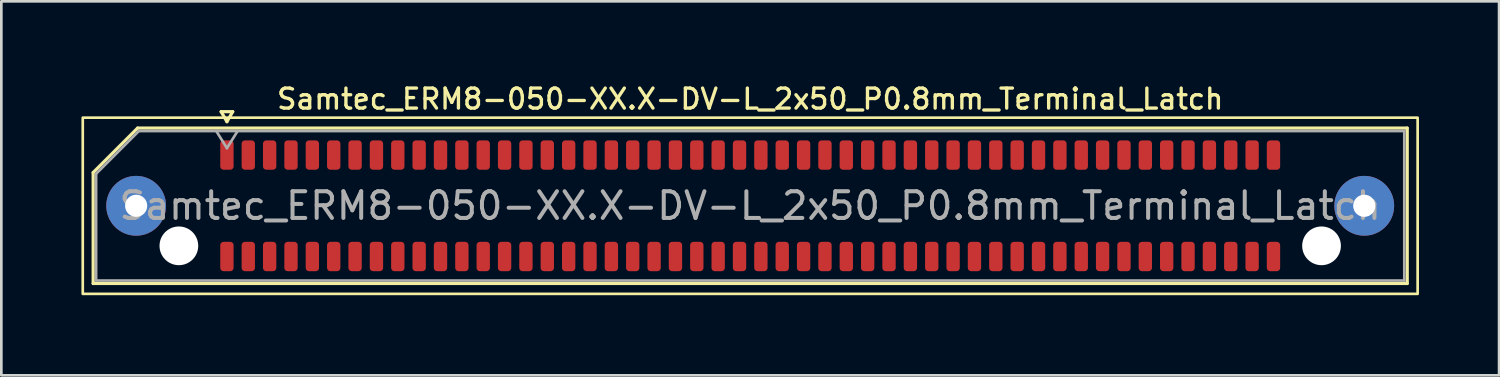
<source format=kicad_pcb>
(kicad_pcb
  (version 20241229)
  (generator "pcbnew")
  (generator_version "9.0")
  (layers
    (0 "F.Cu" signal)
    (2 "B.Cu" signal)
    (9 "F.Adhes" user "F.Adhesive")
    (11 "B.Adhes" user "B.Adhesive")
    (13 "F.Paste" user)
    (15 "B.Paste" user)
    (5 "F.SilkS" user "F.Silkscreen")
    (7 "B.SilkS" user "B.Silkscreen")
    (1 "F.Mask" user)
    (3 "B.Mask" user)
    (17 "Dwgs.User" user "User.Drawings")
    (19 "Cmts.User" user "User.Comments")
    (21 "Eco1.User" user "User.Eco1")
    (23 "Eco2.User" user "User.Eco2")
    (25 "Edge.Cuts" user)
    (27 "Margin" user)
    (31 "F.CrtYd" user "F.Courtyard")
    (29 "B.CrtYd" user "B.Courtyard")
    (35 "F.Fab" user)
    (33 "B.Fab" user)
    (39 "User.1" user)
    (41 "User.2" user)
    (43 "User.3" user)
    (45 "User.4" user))
  (footprint "Samtec_ERM8-050-XX.X-DV-L_2x50_P0.8mm_Terminal_Latch"
    (layer "F.Cu")
    (at 25.05 4.658)
    (property "Reference" "Samtec_ERM8-050-XX.X-DV-L_2x50_P0.8mm_Terminal_Latch" (at 0 -4 0) (layer "F.SilkS") (effects (font (size 0.75 0.75) (thickness 0.125))))
    (attr smd)
    (fp_line (start -24.61 -1.246) (end -22.946 -2.91) (stroke (width 0.12) (type solid)) (layer "F.SilkS"))
    (fp_line (start -24.61 2.91) (end -24.61 -1.246) (stroke (width 0.12) (type solid)) (layer "F.SilkS"))
    (fp_line (start -22.946 -2.91) (end 24.61 -2.91) (stroke (width 0.12) (type solid)) (layer "F.SilkS"))
    (fp_line (start -19.817 -3.525) (end -19.6 -3.15) (stroke (width 0.12) (type solid)) (layer "F.SilkS"))
    (fp_line (start -19.6 -3.15) (end -19.383 -3.525) (stroke (width 0.12) (type solid)) (layer "F.SilkS"))
    (fp_line (start -19.383 -3.525) (end -19.817 -3.525) (stroke (width 0.12) (type solid)) (layer "F.SilkS"))
    (fp_line (start 24.61 -2.91) (end 24.61 2.91) (stroke (width 0.12) (type solid)) (layer "F.SilkS"))
    (fp_line (start 24.61 2.91) (end -24.61 2.91) (stroke (width 0.12) (type solid)) (layer "F.SilkS"))
    (fp_rect (start -25 -3.3) (end 25 3.3) (stroke (width 0.1) (type solid)) (fill no) (layer "F.SilkS"))
    (fp_line (start -24.5 -1.2) (end -22.9 -2.8) (stroke (width 0.1) (type solid)) (layer "F.Fab"))
    (fp_line (start -24.5 2.8) (end -24.5 -1.2) (stroke (width 0.1) (type solid)) (layer "F.Fab"))
    (fp_line (start -22.9 -2.8) (end 24.5 -2.8) (stroke (width 0.1) (type solid)) (layer "F.Fab"))
    (fp_line (start -20 -2.8) (end -19.6 -2.16) (stroke (width 0.1) (type solid)) (layer "F.Fab"))
    (fp_line (start -19.6 -2.16) (end -19.2 -2.8) (stroke (width 0.1) (type solid)) (layer "F.Fab"))
    (fp_line (start 24.5 -2.8) (end 24.5 2.8) (stroke (width 0.1) (type solid)) (layer "F.Fab"))
    (fp_line (start 24.5 2.8) (end -24.5 2.8) (stroke (width 0.1) (type solid)) (layer "F.Fab"))
    (fp_text user "${REFERENCE}" (at 0 0 0) (layer "F.Fab") (effects (font (size 1 1) (thickness 0.15))))
    (pad "" thru_hole circle (at -23 0) (size 2.24 2.24) (drill 0.83) (layers "*.Cu" "*.Mask" "F.Paste"))
    (pad "" np_thru_hole circle (at -21.4 1.5) (size 1.45 1.45) (drill 1.45) (layers "*.Cu" "*.Mask"))
    (pad "" np_thru_hole circle (at 21.4 1.5) (size 1.45 1.45) (drill 1.45) (layers "*.Cu" "*.Mask"))
    (pad "" thru_hole circle (at 23 0) (size 2.24 2.24) (drill 0.83) (layers "*.Cu" "*.Mask" "F.Paste"))
    (pad "1" smd roundrect (at -19.6 -1.9) (size 0.5 1.1) (layers "F.Cu" "F.Mask" "F.Paste") (roundrect_rratio 0.25))
    (pad "2" smd roundrect (at -19.6 1.9) (size 0.5 1.1) (layers "F.Cu" "F.Mask" "F.Paste") (roundrect_rratio 0.25))
    (pad "3" smd roundrect (at -18.8 -1.9) (size 0.5 1.1) (layers "F.Cu" "F.Mask" "F.Paste") (roundrect_rratio 0.25))
    (pad "4" smd roundrect (at -18.8 1.9) (size 0.5 1.1) (layers "F.Cu" "F.Mask" "F.Paste") (roundrect_rratio 0.25))
    (pad "5" smd roundrect (at -18 -1.9) (size 0.5 1.1) (layers "F.Cu" "F.Mask" "F.Paste") (roundrect_rratio 0.25))
    (pad "6" smd roundrect (at -18 1.9) (size 0.5 1.1) (layers "F.Cu" "F.Mask" "F.Paste") (roundrect_rratio 0.25))
    (pad "7" smd roundrect (at -17.2 -1.9) (size 0.5 1.1) (layers "F.Cu" "F.Mask" "F.Paste") (roundrect_rratio 0.25))
    (pad "8" smd roundrect (at -17.2 1.9) (size 0.5 1.1) (layers "F.Cu" "F.Mask" "F.Paste") (roundrect_rratio 0.25))
    (pad "9" smd roundrect (at -16.4 -1.9) (size 0.5 1.1) (layers "F.Cu" "F.Mask" "F.Paste") (roundrect_rratio 0.25))
    (pad "10" smd roundrect (at -16.4 1.9) (size 0.5 1.1) (layers "F.Cu" "F.Mask" "F.Paste") (roundrect_rratio 0.25))
    (pad "11" smd roundrect (at -15.6 -1.9) (size 0.5 1.1) (layers "F.Cu" "F.Mask" "F.Paste") (roundrect_rratio 0.25))
    (pad "12" smd roundrect (at -15.6 1.9) (size 0.5 1.1) (layers "F.Cu" "F.Mask" "F.Paste") (roundrect_rratio 0.25))
    (pad "13" smd roundrect (at -14.8 -1.9) (size 0.5 1.1) (layers "F.Cu" "F.Mask" "F.Paste") (roundrect_rratio 0.25))
    (pad "14" smd roundrect (at -14.8 1.9) (size 0.5 1.1) (layers "F.Cu" "F.Mask" "F.Paste") (roundrect_rratio 0.25))
    (pad "15" smd roundrect (at -14 -1.9) (size 0.5 1.1) (layers "F.Cu" "F.Mask" "F.Paste") (roundrect_rratio 0.25))
    (pad "16" smd roundrect (at -14 1.9) (size 0.5 1.1) (layers "F.Cu" "F.Mask" "F.Paste") (roundrect_rratio 0.25))
    (pad "17" smd roundrect (at -13.2 -1.9) (size 0.5 1.1) (layers "F.Cu" "F.Mask" "F.Paste") (roundrect_rratio 0.25))
    (pad "18" smd roundrect (at -13.2 1.9) (size 0.5 1.1) (layers "F.Cu" "F.Mask" "F.Paste") (roundrect_rratio 0.25))
    (pad "19" smd roundrect (at -12.4 -1.9) (size 0.5 1.1) (layers "F.Cu" "F.Mask" "F.Paste") (roundrect_rratio 0.25))
    (pad "20" smd roundrect (at -12.4 1.9) (size 0.5 1.1) (layers "F.Cu" "F.Mask" "F.Paste") (roundrect_rratio 0.25))
    (pad "21" smd roundrect (at -11.6 -1.9) (size 0.5 1.1) (layers "F.Cu" "F.Mask" "F.Paste") (roundrect_rratio 0.25))
    (pad "22" smd roundrect (at -11.6 1.9) (size 0.5 1.1) (layers "F.Cu" "F.Mask" "F.Paste") (roundrect_rratio 0.25))
    (pad "23" smd roundrect (at -10.8 -1.9) (size 0.5 1.1) (layers "F.Cu" "F.Mask" "F.Paste") (roundrect_rratio 0.25))
    (pad "24" smd roundrect (at -10.8 1.9) (size 0.5 1.1) (layers "F.Cu" "F.Mask" "F.Paste") (roundrect_rratio 0.25))
    (pad "25" smd roundrect (at -10 -1.9) (size 0.5 1.1) (layers "F.Cu" "F.Mask" "F.Paste") (roundrect_rratio 0.25))
    (pad "26" smd roundrect (at -10 1.9) (size 0.5 1.1) (layers "F.Cu" "F.Mask" "F.Paste") (roundrect_rratio 0.25))
    (pad "27" smd roundrect (at -9.2 -1.9) (size 0.5 1.1) (layers "F.Cu" "F.Mask" "F.Paste") (roundrect_rratio 0.25))
    (pad "28" smd roundrect (at -9.2 1.9) (size 0.5 1.1) (layers "F.Cu" "F.Mask" "F.Paste") (roundrect_rratio 0.25))
    (pad "29" smd roundrect (at -8.4 -1.9) (size 0.5 1.1) (layers "F.Cu" "F.Mask" "F.Paste") (roundrect_rratio 0.25))
    (pad "30" smd roundrect (at -8.4 1.9) (size 0.5 1.1) (layers "F.Cu" "F.Mask" "F.Paste") (roundrect_rratio 0.25))
    (pad "31" smd roundrect (at -7.6 -1.9) (size 0.5 1.1) (layers "F.Cu" "F.Mask" "F.Paste") (roundrect_rratio 0.25))
    (pad "32" smd roundrect (at -7.6 1.9) (size 0.5 1.1) (layers "F.Cu" "F.Mask" "F.Paste") (roundrect_rratio 0.25))
    (pad "33" smd roundrect (at -6.8 -1.9) (size 0.5 1.1) (layers "F.Cu" "F.Mask" "F.Paste") (roundrect_rratio 0.25))
    (pad "34" smd roundrect (at -6.8 1.9) (size 0.5 1.1) (layers "F.Cu" "F.Mask" "F.Paste") (roundrect_rratio 0.25))
    (pad "35" smd roundrect (at -6 -1.9) (size 0.5 1.1) (layers "F.Cu" "F.Mask" "F.Paste") (roundrect_rratio 0.25))
    (pad "36" smd roundrect (at -6 1.9) (size 0.5 1.1) (layers "F.Cu" "F.Mask" "F.Paste") (roundrect_rratio 0.25))
    (pad "37" smd roundrect (at -5.2 -1.9) (size 0.5 1.1) (layers "F.Cu" "F.Mask" "F.Paste") (roundrect_rratio 0.25))
    (pad "38" smd roundrect (at -5.2 1.9) (size 0.5 1.1) (layers "F.Cu" "F.Mask" "F.Paste") (roundrect_rratio 0.25))
    (pad "39" smd roundrect (at -4.4 -1.9) (size 0.5 1.1) (layers "F.Cu" "F.Mask" "F.Paste") (roundrect_rratio 0.25))
    (pad "40" smd roundrect (at -4.4 1.9) (size 0.5 1.1) (layers "F.Cu" "F.Mask" "F.Paste") (roundrect_rratio 0.25))
    (pad "41" smd roundrect (at -3.6 -1.9) (size 0.5 1.1) (layers "F.Cu" "F.Mask" "F.Paste") (roundrect_rratio 0.25))
    (pad "42" smd roundrect (at -3.6 1.9) (size 0.5 1.1) (layers "F.Cu" "F.Mask" "F.Paste") (roundrect_rratio 0.25))
    (pad "43" smd roundrect (at -2.8 -1.9) (size 0.5 1.1) (layers "F.Cu" "F.Mask" "F.Paste") (roundrect_rratio 0.25))
    (pad "44" smd roundrect (at -2.8 1.9) (size 0.5 1.1) (layers "F.Cu" "F.Mask" "F.Paste") (roundrect_rratio 0.25))
    (pad "45" smd roundrect (at -2 -1.9) (size 0.5 1.1) (layers "F.Cu" "F.Mask" "F.Paste") (roundrect_rratio 0.25))
    (pad "46" smd roundrect (at -2 1.9) (size 0.5 1.1) (layers "F.Cu" "F.Mask" "F.Paste") (roundrect_rratio 0.25))
    (pad "47" smd roundrect (at -1.2 -1.9) (size 0.5 1.1) (layers "F.Cu" "F.Mask" "F.Paste") (roundrect_rratio 0.25))
    (pad "48" smd roundrect (at -1.2 1.9) (size 0.5 1.1) (layers "F.Cu" "F.Mask" "F.Paste") (roundrect_rratio 0.25))
    (pad "49" smd roundrect (at -0.4 -1.9) (size 0.5 1.1) (layers "F.Cu" "F.Mask" "F.Paste") (roundrect_rratio 0.25))
    (pad "50" smd roundrect (at -0.4 1.9) (size 0.5 1.1) (layers "F.Cu" "F.Mask" "F.Paste") (roundrect_rratio 0.25))
    (pad "51" smd roundrect (at 0.4 -1.9) (size 0.5 1.1) (layers "F.Cu" "F.Mask" "F.Paste") (roundrect_rratio 0.25))
    (pad "52" smd roundrect (at 0.4 1.9) (size 0.5 1.1) (layers "F.Cu" "F.Mask" "F.Paste") (roundrect_rratio 0.25))
    (pad "53" smd roundrect (at 1.2 -1.9) (size 0.5 1.1) (layers "F.Cu" "F.Mask" "F.Paste") (roundrect_rratio 0.25))
    (pad "54" smd roundrect (at 1.2 1.9) (size 0.5 1.1) (layers "F.Cu" "F.Mask" "F.Paste") (roundrect_rratio 0.25))
    (pad "55" smd roundrect (at 2 -1.9) (size 0.5 1.1) (layers "F.Cu" "F.Mask" "F.Paste") (roundrect_rratio 0.25))
    (pad "56" smd roundrect (at 2 1.9) (size 0.5 1.1) (layers "F.Cu" "F.Mask" "F.Paste") (roundrect_rratio 0.25))
    (pad "57" smd roundrect (at 2.8 -1.9) (size 0.5 1.1) (layers "F.Cu" "F.Mask" "F.Paste") (roundrect_rratio 0.25))
    (pad "58" smd roundrect (at 2.8 1.9) (size 0.5 1.1) (layers "F.Cu" "F.Mask" "F.Paste") (roundrect_rratio 0.25))
    (pad "59" smd roundrect (at 3.6 -1.9) (size 0.5 1.1) (layers "F.Cu" "F.Mask" "F.Paste") (roundrect_rratio 0.25))
    (pad "60" smd roundrect (at 3.6 1.9) (size 0.5 1.1) (layers "F.Cu" "F.Mask" "F.Paste") (roundrect_rratio 0.25))
    (pad "61" smd roundrect (at 4.4 -1.9) (size 0.5 1.1) (layers "F.Cu" "F.Mask" "F.Paste") (roundrect_rratio 0.25))
    (pad "62" smd roundrect (at 4.4 1.9) (size 0.5 1.1) (layers "F.Cu" "F.Mask" "F.Paste") (roundrect_rratio 0.25))
    (pad "63" smd roundrect (at 5.2 -1.9) (size 0.5 1.1) (layers "F.Cu" "F.Mask" "F.Paste") (roundrect_rratio 0.25))
    (pad "64" smd roundrect (at 5.2 1.9) (size 0.5 1.1) (layers "F.Cu" "F.Mask" "F.Paste") (roundrect_rratio 0.25))
    (pad "65" smd roundrect (at 6 -1.9) (size 0.5 1.1) (layers "F.Cu" "F.Mask" "F.Paste") (roundrect_rratio 0.25))
    (pad "66" smd roundrect (at 6 1.9) (size 0.5 1.1) (layers "F.Cu" "F.Mask" "F.Paste") (roundrect_rratio 0.25))
    (pad "67" smd roundrect (at 6.8 -1.9) (size 0.5 1.1) (layers "F.Cu" "F.Mask" "F.Paste") (roundrect_rratio 0.25))
    (pad "68" smd roundrect (at 6.8 1.9) (size 0.5 1.1) (layers "F.Cu" "F.Mask" "F.Paste") (roundrect_rratio 0.25))
    (pad "69" smd roundrect (at 7.6 -1.9) (size 0.5 1.1) (layers "F.Cu" "F.Mask" "F.Paste") (roundrect_rratio 0.25))
    (pad "70" smd roundrect (at 7.6 1.9) (size 0.5 1.1) (layers "F.Cu" "F.Mask" "F.Paste") (roundrect_rratio 0.25))
    (pad "71" smd roundrect (at 8.4 -1.9) (size 0.5 1.1) (layers "F.Cu" "F.Mask" "F.Paste") (roundrect_rratio 0.25))
    (pad "72" smd roundrect (at 8.4 1.9) (size 0.5 1.1) (layers "F.Cu" "F.Mask" "F.Paste") (roundrect_rratio 0.25))
    (pad "73" smd roundrect (at 9.2 -1.9) (size 0.5 1.1) (layers "F.Cu" "F.Mask" "F.Paste") (roundrect_rratio 0.25))
    (pad "74" smd roundrect (at 9.2 1.9) (size 0.5 1.1) (layers "F.Cu" "F.Mask" "F.Paste") (roundrect_rratio 0.25))
    (pad "75" smd roundrect (at 10 -1.9) (size 0.5 1.1) (layers "F.Cu" "F.Mask" "F.Paste") (roundrect_rratio 0.25))
    (pad "76" smd roundrect (at 10 1.9) (size 0.5 1.1) (layers "F.Cu" "F.Mask" "F.Paste") (roundrect_rratio 0.25))
    (pad "77" smd roundrect (at 10.8 -1.9) (size 0.5 1.1) (layers "F.Cu" "F.Mask" "F.Paste") (roundrect_rratio 0.25))
    (pad "78" smd roundrect (at 10.8 1.9) (size 0.5 1.1) (layers "F.Cu" "F.Mask" "F.Paste") (roundrect_rratio 0.25))
    (pad "79" smd roundrect (at 11.6 -1.9) (size 0.5 1.1) (layers "F.Cu" "F.Mask" "F.Paste") (roundrect_rratio 0.25))
    (pad "80" smd roundrect (at 11.6 1.9) (size 0.5 1.1) (layers "F.Cu" "F.Mask" "F.Paste") (roundrect_rratio 0.25))
    (pad "81" smd roundrect (at 12.4 -1.9) (size 0.5 1.1) (layers "F.Cu" "F.Mask" "F.Paste") (roundrect_rratio 0.25))
    (pad "82" smd roundrect (at 12.4 1.9) (size 0.5 1.1) (layers "F.Cu" "F.Mask" "F.Paste") (roundrect_rratio 0.25))
    (pad "83" smd roundrect (at 13.2 -1.9) (size 0.5 1.1) (layers "F.Cu" "F.Mask" "F.Paste") (roundrect_rratio 0.25))
    (pad "84" smd roundrect (at 13.2 1.9) (size 0.5 1.1) (layers "F.Cu" "F.Mask" "F.Paste") (roundrect_rratio 0.25))
    (pad "85" smd roundrect (at 14 -1.9) (size 0.5 1.1) (layers "F.Cu" "F.Mask" "F.Paste") (roundrect_rratio 0.25))
    (pad "86" smd roundrect (at 14 1.9) (size 0.5 1.1) (layers "F.Cu" "F.Mask" "F.Paste") (roundrect_rratio 0.25))
    (pad "87" smd roundrect (at 14.8 -1.9) (size 0.5 1.1) (layers "F.Cu" "F.Mask" "F.Paste") (roundrect_rratio 0.25))
    (pad "88" smd roundrect (at 14.8 1.9) (size 0.5 1.1) (layers "F.Cu" "F.Mask" "F.Paste") (roundrect_rratio 0.25))
    (pad "89" smd roundrect (at 15.6 -1.9) (size 0.5 1.1) (layers "F.Cu" "F.Mask" "F.Paste") (roundrect_rratio 0.25))
    (pad "90" smd roundrect (at 15.6 1.9) (size 0.5 1.1) (layers "F.Cu" "F.Mask" "F.Paste") (roundrect_rratio 0.25))
    (pad "91" smd roundrect (at 16.4 -1.9) (size 0.5 1.1) (layers "F.Cu" "F.Mask" "F.Paste") (roundrect_rratio 0.25))
    (pad "92" smd roundrect (at 16.4 1.9) (size 0.5 1.1) (layers "F.Cu" "F.Mask" "F.Paste") (roundrect_rratio 0.25))
    (pad "93" smd roundrect (at 17.2 -1.9) (size 0.5 1.1) (layers "F.Cu" "F.Mask" "F.Paste") (roundrect_rratio 0.25))
    (pad "94" smd roundrect (at 17.2 1.9) (size 0.5 1.1) (layers "F.Cu" "F.Mask" "F.Paste") (roundrect_rratio 0.25))
    (pad "95" smd roundrect (at 18 -1.9) (size 0.5 1.1) (layers "F.Cu" "F.Mask" "F.Paste") (roundrect_rratio 0.25))
    (pad "96" smd roundrect (at 18 1.9) (size 0.5 1.1) (layers "F.Cu" "F.Mask" "F.Paste") (roundrect_rratio 0.25))
    (pad "97" smd roundrect (at 18.8 -1.9) (size 0.5 1.1) (layers "F.Cu" "F.Mask" "F.Paste") (roundrect_rratio 0.25))
    (pad "98" smd roundrect (at 18.8 1.9) (size 0.5 1.1) (layers "F.Cu" "F.Mask" "F.Paste") (roundrect_rratio 0.25))
    (pad "99" smd roundrect (at 19.6 -1.9) (size 0.5 1.1) (layers "F.Cu" "F.Mask" "F.Paste") (roundrect_rratio 0.25))
    (pad "100" smd roundrect (at 19.6 1.9) (size 0.5 1.1) (layers "F.Cu" "F.Mask" "F.Paste") (roundrect_rratio 0.25)))
  (gr_rect
    (start -3 -3)
    (end 53.1 11.008)
    (stroke (width 0.1) (type default))
    (fill no)
    (layer "Edge.Cuts")))
</source>
